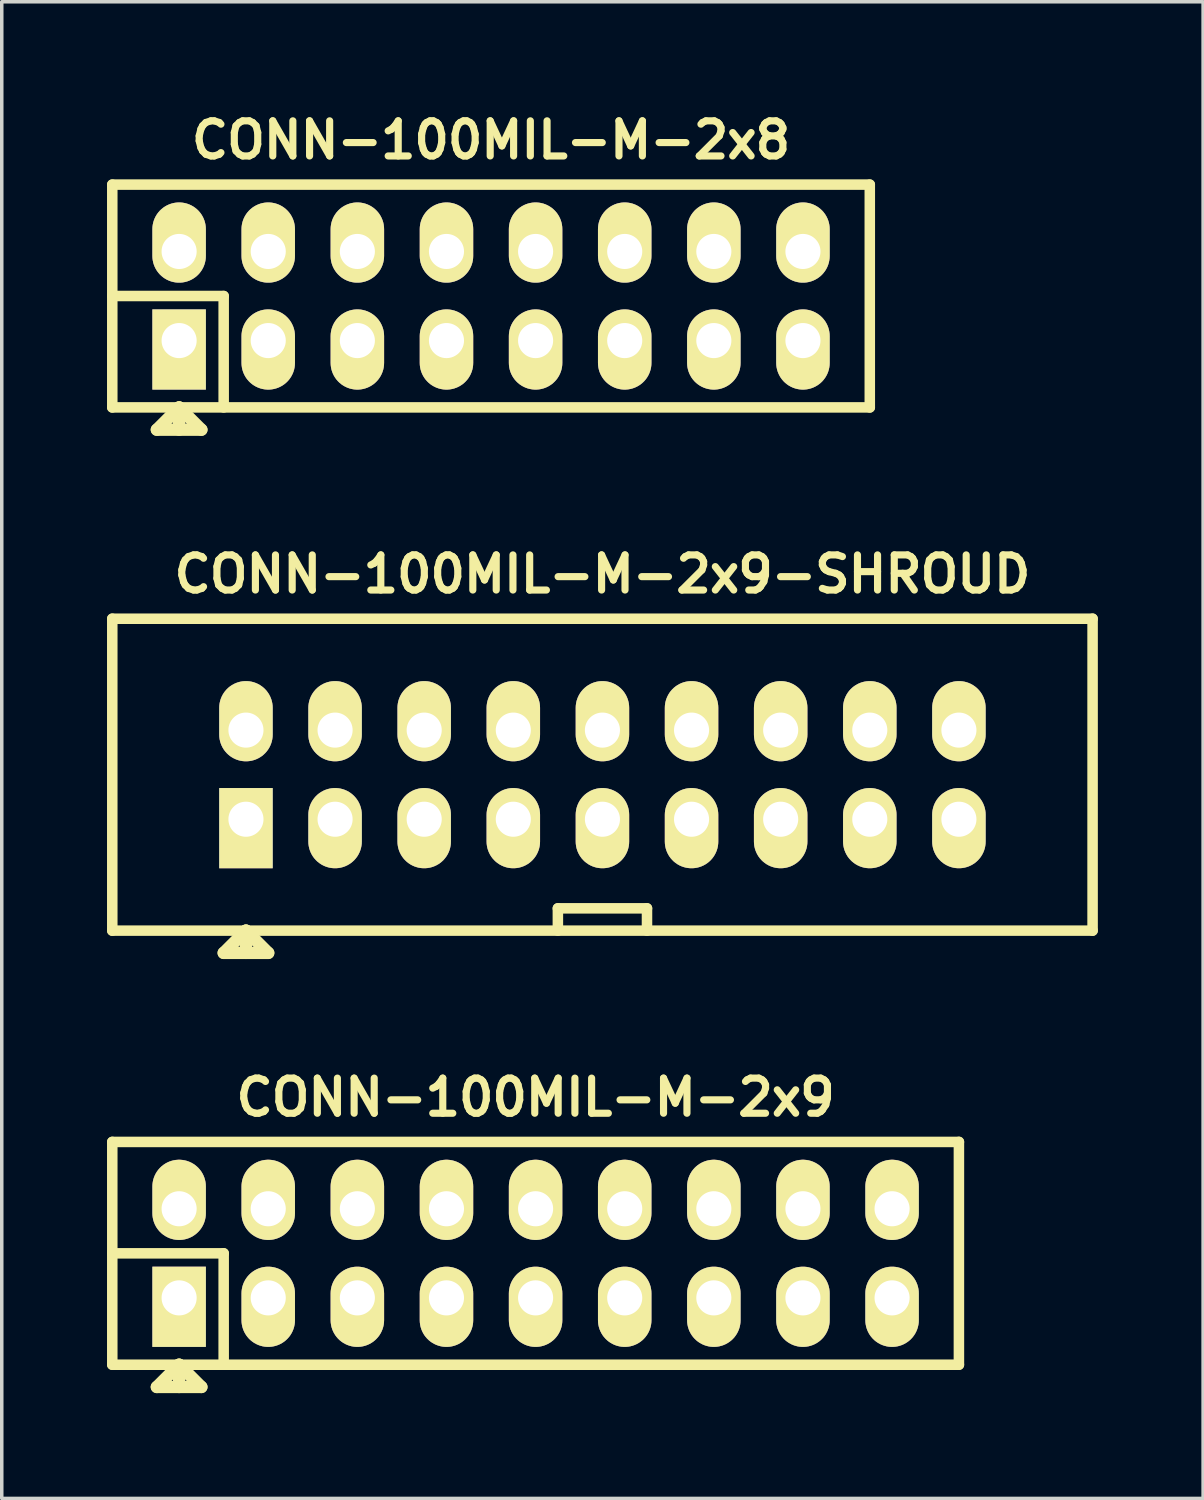
<source format=kicad_pcb>
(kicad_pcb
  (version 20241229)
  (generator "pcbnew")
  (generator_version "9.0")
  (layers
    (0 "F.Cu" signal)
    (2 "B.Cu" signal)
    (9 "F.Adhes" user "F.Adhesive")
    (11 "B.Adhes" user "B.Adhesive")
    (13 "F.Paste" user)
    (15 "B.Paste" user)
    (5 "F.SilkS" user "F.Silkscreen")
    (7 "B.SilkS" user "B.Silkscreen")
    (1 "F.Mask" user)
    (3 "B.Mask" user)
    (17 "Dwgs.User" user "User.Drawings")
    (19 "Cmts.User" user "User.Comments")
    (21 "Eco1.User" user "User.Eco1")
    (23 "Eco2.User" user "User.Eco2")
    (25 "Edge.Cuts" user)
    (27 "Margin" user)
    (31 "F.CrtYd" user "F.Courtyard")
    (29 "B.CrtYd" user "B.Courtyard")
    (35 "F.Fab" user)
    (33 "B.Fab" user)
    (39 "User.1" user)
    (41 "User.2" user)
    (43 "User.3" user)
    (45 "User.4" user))
  (footprint "CONN-100MIL-M-2x9-SHROUD"
    (layer "F.Cu")
    (at 14.12 19.029)
    (property "Reference" "CONN-100MIL-M-2x9-SHROUD" (at 0 -5.715 0) (layer "F.SilkS") (effects (font (size 1.001 1.001) (thickness 0.203))))
    (attr through_hole)
    (fp_line (start -13.97 4.445) (end -13.97 -4.445) (stroke (width 0.3) (type solid)) (layer "F.SilkS"))
    (fp_line (start -13.97 4.445) (end 13.97 4.445) (stroke (width 0.3) (type solid)) (layer "F.SilkS"))
    (fp_line (start -10.795 5.08) (end -9.525 5.08) (stroke (width 0.35) (type solid)) (layer "F.SilkS"))
    (fp_line (start -10.16 4.445) (end -10.795 5.08) (stroke (width 0.35) (type solid)) (layer "F.SilkS"))
    (fp_line (start -10.16 4.445) (end -10.16 5.08) (stroke (width 0.35) (type solid)) (layer "F.SilkS"))
    (fp_line (start -9.525 5.08) (end -10.16 4.445) (stroke (width 0.35) (type solid)) (layer "F.SilkS"))
    (fp_line (start -1.27 3.81) (end 1.27 3.81) (stroke (width 0.3) (type solid)) (layer "F.SilkS"))
    (fp_line (start -1.27 4.445) (end -1.27 3.81) (stroke (width 0.3) (type solid)) (layer "F.SilkS"))
    (fp_line (start 1.27 3.81) (end 1.27 4.445) (stroke (width 0.3) (type solid)) (layer "F.SilkS"))
    (fp_line (start 13.97 -4.445) (end -13.97 -4.445) (stroke (width 0.3) (type solid)) (layer "F.SilkS"))
    (fp_line (start 13.97 -4.445) (end 13.97 4.445) (stroke (width 0.3) (type solid)) (layer "F.SilkS"))
    (pad "1" thru_hole rect (at -10.16 1.27) (size 1.524 2.286) (drill 1 (offset 0 0.254)) (layers "*.Cu" "*.Mask" "F.SilkS"))
    (pad "2" thru_hole oval (at -10.16 -1.27) (size 1.524 2.286) (drill 1 (offset 0 -0.254)) (layers "*.Cu" "*.Mask" "F.SilkS"))
    (pad "3" thru_hole oval (at -7.62 1.27) (size 1.524 2.286) (drill 1 (offset 0 0.254)) (layers "*.Cu" "*.Mask" "F.SilkS"))
    (pad "4" thru_hole oval (at -7.62 -1.27) (size 1.524 2.286) (drill 1 (offset 0 -0.254)) (layers "*.Cu" "*.Mask" "F.SilkS"))
    (pad "5" thru_hole oval (at -5.08 1.27) (size 1.524 2.286) (drill 1 (offset 0 0.254)) (layers "*.Cu" "*.Mask" "F.SilkS"))
    (pad "6" thru_hole oval (at -5.08 -1.27) (size 1.524 2.286) (drill 1 (offset 0 -0.254)) (layers "*.Cu" "*.Mask" "F.SilkS"))
    (pad "7" thru_hole oval (at -2.54 1.27) (size 1.524 2.286) (drill 1 (offset 0 0.254)) (layers "*.Cu" "*.Mask" "F.SilkS"))
    (pad "8" thru_hole oval (at -2.54 -1.27) (size 1.524 2.286) (drill 1 (offset 0 -0.254)) (layers "*.Cu" "*.Mask" "F.SilkS"))
    (pad "9" thru_hole oval (at 0 1.27) (size 1.524 2.286) (drill 1 (offset 0 0.254)) (layers "*.Cu" "*.Mask" "F.SilkS"))
    (pad "10" thru_hole oval (at 0 -1.27) (size 1.524 2.286) (drill 1 (offset 0 -0.254)) (layers "*.Cu" "*.Mask" "F.SilkS"))
    (pad "11" thru_hole oval (at 2.54 1.27) (size 1.524 2.286) (drill 1 (offset 0 0.254)) (layers "*.Cu" "*.Mask" "F.SilkS"))
    (pad "12" thru_hole oval (at 2.54 -1.27) (size 1.524 2.286) (drill 1 (offset 0 -0.254)) (layers "*.Cu" "*.Mask" "F.SilkS"))
    (pad "13" thru_hole oval (at 5.08 1.27) (size 1.524 2.286) (drill 1 (offset 0 0.254)) (layers "*.Cu" "*.Mask" "F.SilkS"))
    (pad "14" thru_hole oval (at 5.08 -1.27) (size 1.524 2.286) (drill 1 (offset 0 -0.254)) (layers "*.Cu" "*.Mask" "F.SilkS"))
    (pad "15" thru_hole oval (at 7.62 1.27) (size 1.524 2.286) (drill 1 (offset 0 0.254)) (layers "*.Cu" "*.Mask" "F.SilkS"))
    (pad "16" thru_hole oval (at 7.62 -1.27) (size 1.524 2.286) (drill 1 (offset 0 -0.254)) (layers "*.Cu" "*.Mask" "F.SilkS"))
    (pad "17" thru_hole oval (at 10.16 1.27) (size 1.524 2.286) (drill 1 (offset 0 0.254)) (layers "*.Cu" "*.Mask" "F.SilkS"))
    (pad "18" thru_hole oval (at 10.16 -1.27) (size 1.524 2.286) (drill 1 (offset 0 -0.254)) (layers "*.Cu" "*.Mask" "F.SilkS")))
  (footprint "CONN-100MIL-M-2x9"
    (layer "F.Cu")
    (at 12.215 32.671)
    (property "Reference" "CONN-100MIL-M-2x9" (at 0 -4.445 0) (layer "F.SilkS") (effects (font (size 1.001 1.001) (thickness 0.203))))
    (attr through_hole)
    (fp_line (start -12.065 -3.175) (end 12.065 -3.175) (stroke (width 0.3) (type solid)) (layer "F.SilkS"))
    (fp_line (start -12.065 0) (end -8.89 0) (stroke (width 0.3) (type solid)) (layer "F.SilkS"))
    (fp_line (start -12.065 3.175) (end -12.065 -3.175) (stroke (width 0.3) (type solid)) (layer "F.SilkS"))
    (fp_line (start -10.795 3.81) (end -9.525 3.81) (stroke (width 0.35) (type solid)) (layer "F.SilkS"))
    (fp_line (start -10.16 3.175) (end -10.795 3.81) (stroke (width 0.35) (type solid)) (layer "F.SilkS"))
    (fp_line (start -10.16 3.175) (end -10.16 3.81) (stroke (width 0.35) (type solid)) (layer "F.SilkS"))
    (fp_line (start -9.525 3.81) (end -10.16 3.175) (stroke (width 0.35) (type solid)) (layer "F.SilkS"))
    (fp_line (start -8.89 0) (end -8.89 3.175) (stroke (width 0.3) (type solid)) (layer "F.SilkS"))
    (fp_line (start 12.065 -3.175) (end 12.065 3.175) (stroke (width 0.3) (type solid)) (layer "F.SilkS"))
    (fp_line (start 12.065 3.175) (end -12.065 3.175) (stroke (width 0.3) (type solid)) (layer "F.SilkS"))
    (pad "1" thru_hole rect (at -10.16 1.27) (size 1.524 2.286) (drill 1 (offset 0 0.254)) (layers "*.Cu" "*.Mask" "F.SilkS"))
    (pad "2" thru_hole oval (at -10.16 -1.27) (size 1.524 2.286) (drill 1 (offset 0 -0.254)) (layers "*.Cu" "*.Mask" "F.SilkS"))
    (pad "3" thru_hole oval (at -7.62 1.27) (size 1.524 2.286) (drill 1 (offset 0 0.254)) (layers "*.Cu" "*.Mask" "F.SilkS"))
    (pad "4" thru_hole oval (at -7.62 -1.27) (size 1.524 2.286) (drill 1 (offset 0 -0.254)) (layers "*.Cu" "*.Mask" "F.SilkS"))
    (pad "5" thru_hole oval (at -5.08 1.27) (size 1.524 2.286) (drill 1 (offset 0 0.254)) (layers "*.Cu" "*.Mask" "F.SilkS"))
    (pad "6" thru_hole oval (at -5.08 -1.27) (size 1.524 2.286) (drill 1 (offset 0 -0.254)) (layers "*.Cu" "*.Mask" "F.SilkS"))
    (pad "7" thru_hole oval (at -2.54 1.27) (size 1.524 2.286) (drill 1 (offset 0 0.254)) (layers "*.Cu" "*.Mask" "F.SilkS"))
    (pad "8" thru_hole oval (at -2.54 -1.27) (size 1.524 2.286) (drill 1 (offset 0 -0.254)) (layers "*.Cu" "*.Mask" "F.SilkS"))
    (pad "9" thru_hole oval (at 0 1.27) (size 1.524 2.286) (drill 1 (offset 0 0.254)) (layers "*.Cu" "*.Mask" "F.SilkS"))
    (pad "10" thru_hole oval (at 0 -1.27) (size 1.524 2.286) (drill 1 (offset 0 -0.254)) (layers "*.Cu" "*.Mask" "F.SilkS"))
    (pad "11" thru_hole oval (at 2.54 1.27) (size 1.524 2.286) (drill 1 (offset 0 0.254)) (layers "*.Cu" "*.Mask" "F.SilkS"))
    (pad "12" thru_hole oval (at 2.54 -1.27) (size 1.524 2.286) (drill 1 (offset 0 -0.254)) (layers "*.Cu" "*.Mask" "F.SilkS"))
    (pad "13" thru_hole oval (at 5.08 1.27) (size 1.524 2.286) (drill 1 (offset 0 0.254)) (layers "*.Cu" "*.Mask" "F.SilkS"))
    (pad "14" thru_hole oval (at 5.08 -1.27) (size 1.524 2.286) (drill 1 (offset 0 -0.254)) (layers "*.Cu" "*.Mask" "F.SilkS"))
    (pad "15" thru_hole oval (at 7.62 1.27) (size 1.524 2.286) (drill 1 (offset 0 0.254)) (layers "*.Cu" "*.Mask" "F.SilkS"))
    (pad "16" thru_hole oval (at 7.62 -1.27) (size 1.524 2.286) (drill 1 (offset 0 -0.254)) (layers "*.Cu" "*.Mask" "F.SilkS"))
    (pad "17" thru_hole oval (at 10.16 1.27) (size 1.524 2.286) (drill 1 (offset 0 0.254)) (layers "*.Cu" "*.Mask" "F.SilkS"))
    (pad "18" thru_hole oval (at 10.16 -1.27) (size 1.524 2.286) (drill 1 (offset 0 -0.254)) (layers "*.Cu" "*.Mask" "F.SilkS")))
  (footprint "CONN-100MIL-M-2x8"
    (layer "F.Cu")
    (at 10.945 5.387)
    (property "Reference" "CONN-100MIL-M-2x8" (at 0 -4.445 0) (layer "F.SilkS") (effects (font (size 1.001 1.001) (thickness 0.203))))
    (attr through_hole)
    (fp_line (start -10.795 -3.175) (end 10.795 -3.175) (stroke (width 0.3) (type solid)) (layer "F.SilkS"))
    (fp_line (start -10.795 0) (end -7.62 0) (stroke (width 0.3) (type solid)) (layer "F.SilkS"))
    (fp_line (start -10.795 3.175) (end -10.795 -3.175) (stroke (width 0.3) (type solid)) (layer "F.SilkS"))
    (fp_line (start -9.525 3.81) (end -8.255 3.81) (stroke (width 0.35) (type solid)) (layer "F.SilkS"))
    (fp_line (start -8.89 3.175) (end -9.525 3.81) (stroke (width 0.35) (type solid)) (layer "F.SilkS"))
    (fp_line (start -8.89 3.175) (end -8.89 3.81) (stroke (width 0.35) (type solid)) (layer "F.SilkS"))
    (fp_line (start -8.255 3.81) (end -8.89 3.175) (stroke (width 0.35) (type solid)) (layer "F.SilkS"))
    (fp_line (start -7.62 0) (end -7.62 3.175) (stroke (width 0.3) (type solid)) (layer "F.SilkS"))
    (fp_line (start 10.795 -3.175) (end 10.795 3.175) (stroke (width 0.3) (type solid)) (layer "F.SilkS"))
    (fp_line (start 10.795 3.175) (end -10.795 3.175) (stroke (width 0.3) (type solid)) (layer "F.SilkS"))
    (pad "1" thru_hole rect (at -8.89 1.27) (size 1.524 2.286) (drill 1 (offset 0 0.254)) (layers "*.Cu" "*.Mask" "F.SilkS"))
    (pad "2" thru_hole oval (at -8.89 -1.27) (size 1.524 2.286) (drill 1 (offset 0 -0.254)) (layers "*.Cu" "*.Mask" "F.SilkS"))
    (pad "3" thru_hole oval (at -6.35 1.27) (size 1.524 2.286) (drill 1 (offset 0 0.254)) (layers "*.Cu" "*.Mask" "F.SilkS"))
    (pad "4" thru_hole oval (at -6.35 -1.27) (size 1.524 2.286) (drill 1 (offset 0 -0.254)) (layers "*.Cu" "*.Mask" "F.SilkS"))
    (pad "5" thru_hole oval (at -3.81 1.27) (size 1.524 2.286) (drill 1 (offset 0 0.254)) (layers "*.Cu" "*.Mask" "F.SilkS"))
    (pad "6" thru_hole oval (at -3.81 -1.27) (size 1.524 2.286) (drill 1 (offset 0 -0.254)) (layers "*.Cu" "*.Mask" "F.SilkS"))
    (pad "7" thru_hole oval (at -1.27 1.27) (size 1.524 2.286) (drill 1 (offset 0 0.254)) (layers "*.Cu" "*.Mask" "F.SilkS"))
    (pad "8" thru_hole oval (at -1.27 -1.27) (size 1.524 2.286) (drill 1 (offset 0 -0.254)) (layers "*.Cu" "*.Mask" "F.SilkS"))
    (pad "9" thru_hole oval (at 1.27 1.27) (size 1.524 2.286) (drill 1 (offset 0 0.254)) (layers "*.Cu" "*.Mask" "F.SilkS"))
    (pad "10" thru_hole oval (at 1.27 -1.27) (size 1.524 2.286) (drill 1 (offset 0 -0.254)) (layers "*.Cu" "*.Mask" "F.SilkS"))
    (pad "11" thru_hole oval (at 3.81 1.27) (size 1.524 2.286) (drill 1 (offset 0 0.254)) (layers "*.Cu" "*.Mask" "F.SilkS"))
    (pad "12" thru_hole oval (at 3.81 -1.27) (size 1.524 2.286) (drill 1 (offset 0 -0.254)) (layers "*.Cu" "*.Mask" "F.SilkS"))
    (pad "13" thru_hole oval (at 6.35 1.27) (size 1.524 2.286) (drill 1 (offset 0 0.254)) (layers "*.Cu" "*.Mask" "F.SilkS"))
    (pad "14" thru_hole oval (at 6.35 -1.27) (size 1.524 2.286) (drill 1 (offset 0 -0.254)) (layers "*.Cu" "*.Mask" "F.SilkS"))
    (pad "15" thru_hole oval (at 8.89 1.27) (size 1.524 2.286) (drill 1 (offset 0 0.254)) (layers "*.Cu" "*.Mask" "F.SilkS"))
    (pad "16" thru_hole oval (at 8.89 -1.27) (size 1.524 2.286) (drill 1 (offset 0 -0.254)) (layers "*.Cu" "*.Mask" "F.SilkS")))
  (gr_rect
    (start -3 -3)
    (end 31.24 39.656)
    (stroke (width 0.1) (type default))
    (fill no)
    (layer "Edge.Cuts")))
</source>
